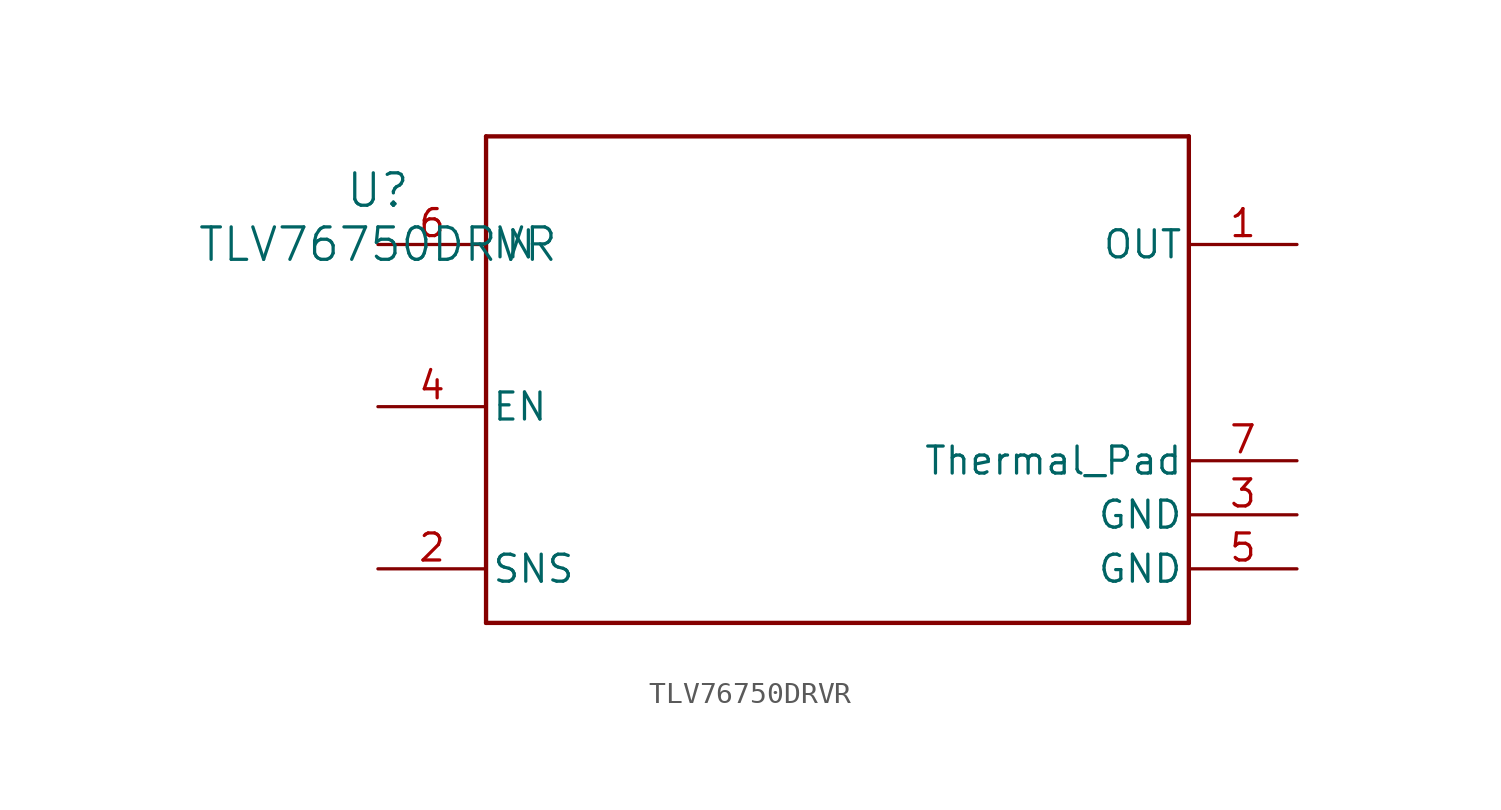
<source format=kicad_sym>
(kicad_symbol_lib
  (version 20211014)
  (generator kicad_symbol_editor)
  (symbol "TLV76750DRVR"
    (pin_names
      (offset 0.254))
    (property "Reference" "U"
      (at 0 2.54 0)
      (effects (font (size 1.524 1.524))))
    (property "Value" "TLV76750DRVR"
      (at 0 0 0)
      (effects (font (size 1.524 1.524))))
    (symbol "TLV76750DRVR_0_1"
      (polyline (pts (xy 5.08 -17.78) (xy 38.1 -17.78)) (stroke (width 0.203) (type default) (color 0 0 0 0)) (fill (type none)))
      (polyline (pts (xy 38.1 -17.78) (xy 38.1 5.08)) (stroke (width 0.203) (type default) (color 0 0 0 0)) (fill (type none)))
      (polyline (pts (xy 38.1 5.08) (xy 5.08 5.08)) (stroke (width 0.203) (type default) (color 0 0 0 0)) (fill (type none)))
      (polyline (pts (xy 5.08 5.08) (xy 5.08 -17.78)) (stroke (width 0.203) (type default) (color 0 0 0 0)) (fill (type none)))
      (pin output line (at 43.18 0 180) (length 5.08) (name "OUT" (effects (font (size 1.27 1.27)))) (number "1" (effects (font (size 1.27 1.27)))))
      (pin input line (at 0 -15.24 0) (length 5.08) (name "SNS" (effects (font (size 1.27 1.27)))) (number "2" (effects (font (size 1.27 1.27)))))
      (pin power_in line (at 43.18 -12.7 180) (length 5.08) (name "GND" (effects (font (size 1.27 1.27)))) (number "3" (effects (font (size 1.27 1.27)))))
      (pin input line (at 0 -7.62 0) (length 5.08) (name "EN" (effects (font (size 1.27 1.27)))) (number "4" (effects (font (size 1.27 1.27)))))
      (pin power_in line (at 43.18 -15.24 180) (length 5.08) (name "GND" (effects (font (size 1.27 1.27)))) (number "5" (effects (font (size 1.27 1.27)))))
      (pin power_in line (at 0 0 0) (length 5.08) (name "IN" (effects (font (size 1.27 1.27)))) (number "6" (effects (font (size 1.27 1.27)))))
      (pin unspecified line (at 43.18 -10.16 180) (length 5.08) (name "Thermal_Pad" (effects (font (size 1.27 1.27)))) (number "7" (effects (font (size 1.27 1.27))))))))
</source>
